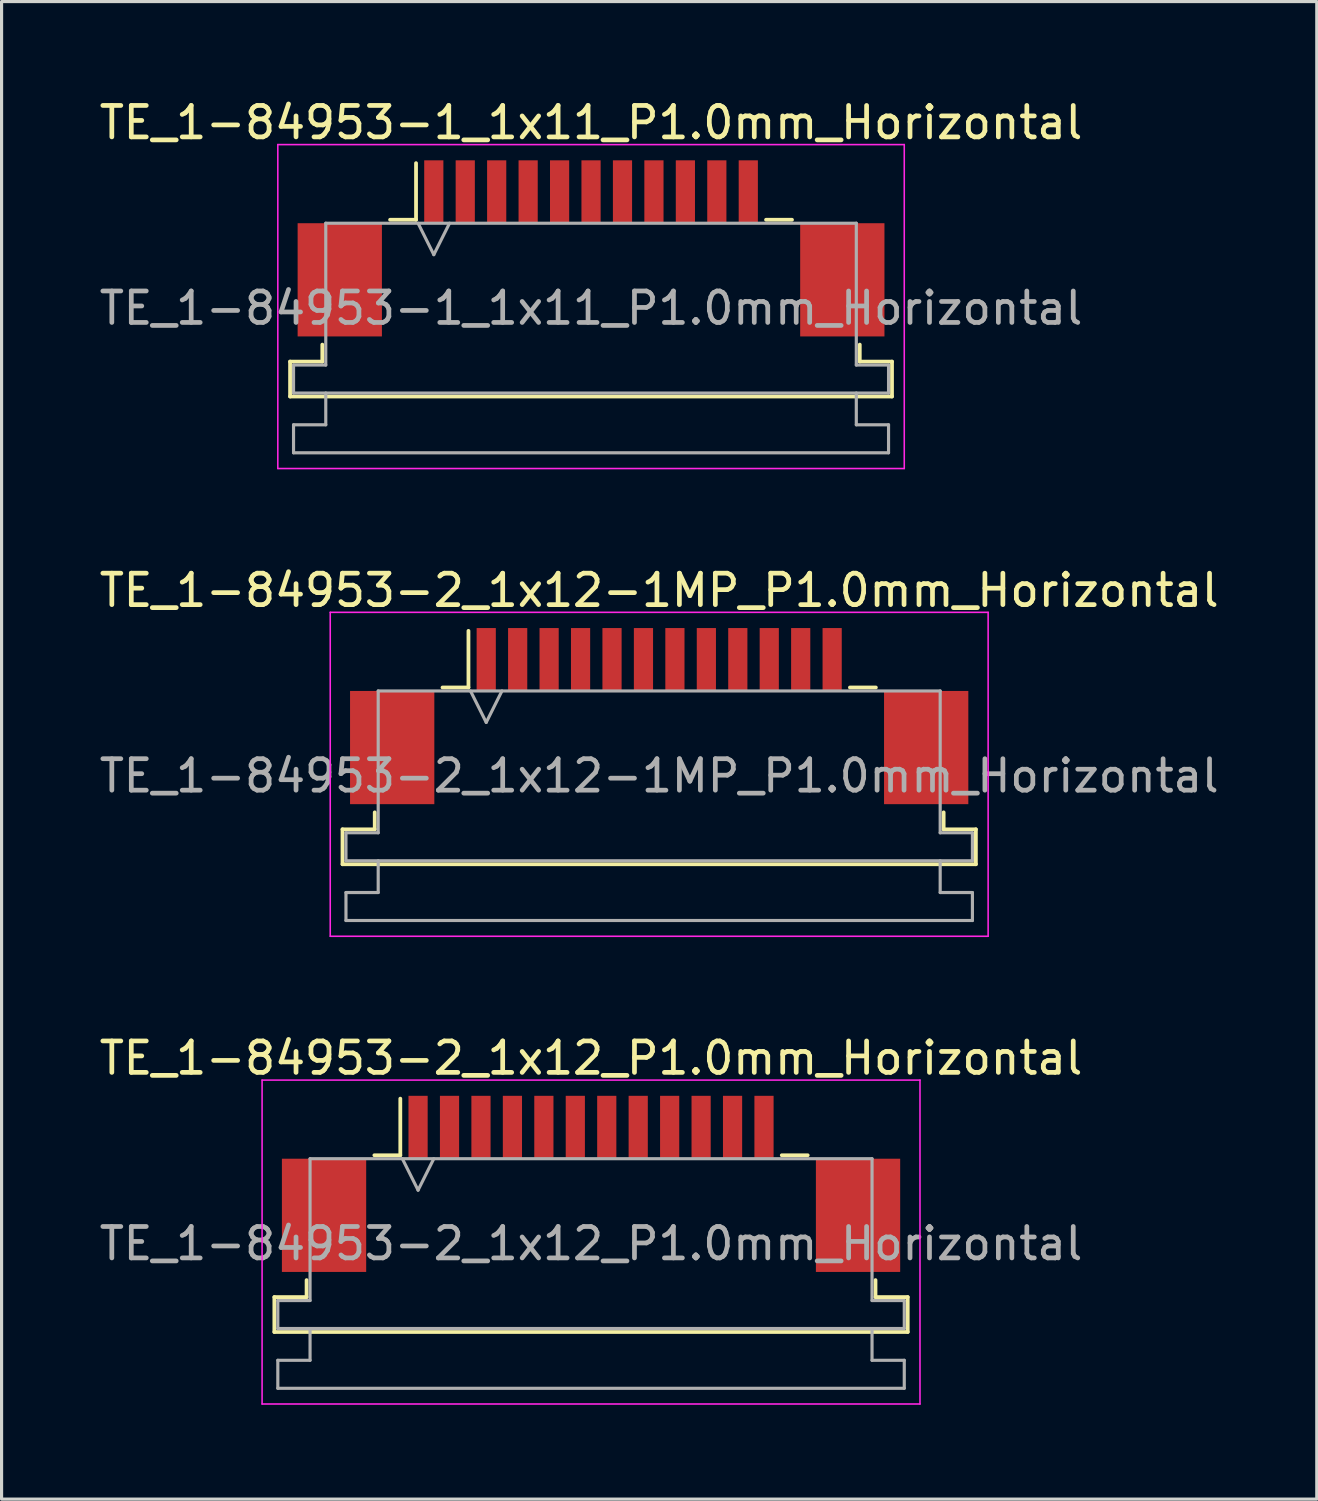
<source format=kicad_pcb>
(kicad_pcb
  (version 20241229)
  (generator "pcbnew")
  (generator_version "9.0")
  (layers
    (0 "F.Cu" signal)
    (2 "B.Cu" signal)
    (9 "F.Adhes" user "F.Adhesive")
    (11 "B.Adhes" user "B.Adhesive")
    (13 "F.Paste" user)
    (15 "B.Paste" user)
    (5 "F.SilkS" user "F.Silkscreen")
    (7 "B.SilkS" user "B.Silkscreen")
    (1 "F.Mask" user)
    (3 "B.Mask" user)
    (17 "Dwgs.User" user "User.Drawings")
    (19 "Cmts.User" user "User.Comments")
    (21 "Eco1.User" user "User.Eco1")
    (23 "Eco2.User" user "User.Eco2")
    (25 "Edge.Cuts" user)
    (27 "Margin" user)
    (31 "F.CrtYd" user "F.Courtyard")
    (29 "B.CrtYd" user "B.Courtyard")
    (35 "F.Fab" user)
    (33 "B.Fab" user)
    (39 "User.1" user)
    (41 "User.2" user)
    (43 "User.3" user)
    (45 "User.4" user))
  (footprint "TE_1-84953-2_1x12_P1.0mm_Horizontal"
    (layer "F.Cu")
    (at 15.744 34.595)
    (property "Reference" "TE_1-84953-2_1x12_P1.0mm_Horizontal" (at 0 -4 0) (layer "F.SilkS") (effects (font (size 1 1) (thickness 0.15))))
    (attr smd)
    (fp_line (start -10.07 3.6) (end -9.045 3.6) (stroke (width 0.12) (type solid)) (layer "F.SilkS"))
    (fp_line (start -10.07 4.71) (end -10.07 3.6) (stroke (width 0.12) (type solid)) (layer "F.SilkS"))
    (fp_line (start -9.045 3.6) (end -9.045 3.06) (stroke (width 0.12) (type solid)) (layer "F.SilkS"))
    (fp_line (start -6.89 -0.91) (end -6.065 -0.91) (stroke (width 0.12) (type solid)) (layer "F.SilkS"))
    (fp_line (start -6.065 -0.91) (end -6.065 -2.71) (stroke (width 0.12) (type solid)) (layer "F.SilkS"))
    (fp_line (start 6.065 -0.91) (end 6.89 -0.91) (stroke (width 0.12) (type solid)) (layer "F.SilkS"))
    (fp_line (start 9.045 3.06) (end 9.045 3.6) (stroke (width 0.12) (type solid)) (layer "F.SilkS"))
    (fp_line (start 9.045 3.6) (end 10.07 3.6) (stroke (width 0.12) (type solid)) (layer "F.SilkS"))
    (fp_line (start 10.07 3.6) (end 10.07 4.71) (stroke (width 0.12) (type solid)) (layer "F.SilkS"))
    (fp_line (start 10.07 4.71) (end -10.07 4.71) (stroke (width 0.12) (type solid)) (layer "F.SilkS"))
    (fp_line (start -10.46 -3.3) (end -10.46 7) (stroke (width 0.05) (type solid)) (layer "F.CrtYd"))
    (fp_line (start -10.46 7) (end 10.46 7) (stroke (width 0.05) (type solid)) (layer "F.CrtYd"))
    (fp_line (start 10.46 -3.3) (end -10.46 -3.3) (stroke (width 0.05) (type solid)) (layer "F.CrtYd"))
    (fp_line (start 10.46 7) (end 10.46 -3.3) (stroke (width 0.05) (type solid)) (layer "F.CrtYd"))
    (fp_line (start -9.96 3.71) (end -8.935 3.71) (stroke (width 0.1) (type solid)) (layer "F.Fab"))
    (fp_line (start -9.96 4.6) (end -9.96 3.71) (stroke (width 0.1) (type solid)) (layer "F.Fab"))
    (fp_line (start -9.96 5.61) (end -8.935 5.61) (stroke (width 0.1) (type solid)) (layer "F.Fab"))
    (fp_line (start -9.96 6.5) (end -9.96 5.61) (stroke (width 0.1) (type solid)) (layer "F.Fab"))
    (fp_line (start -8.935 -0.8) (end 8.935 -0.8) (stroke (width 0.1) (type solid)) (layer "F.Fab"))
    (fp_line (start -8.935 3.71) (end -8.935 -0.8) (stroke (width 0.1) (type solid)) (layer "F.Fab"))
    (fp_line (start -8.935 5.61) (end -8.935 4.6) (stroke (width 0.1) (type solid)) (layer "F.Fab"))
    (fp_line (start -6 -0.8) (end -5.5 0.2) (stroke (width 0.1) (type solid)) (layer "F.Fab"))
    (fp_line (start -5.5 0.2) (end -5 -0.8) (stroke (width 0.1) (type solid)) (layer "F.Fab"))
    (fp_line (start 8.935 -0.8) (end 8.935 3.71) (stroke (width 0.1) (type solid)) (layer "F.Fab"))
    (fp_line (start 8.935 3.71) (end 9.96 3.71) (stroke (width 0.1) (type solid)) (layer "F.Fab"))
    (fp_line (start 8.935 4.6) (end 8.935 5.61) (stroke (width 0.1) (type solid)) (layer "F.Fab"))
    (fp_line (start 8.935 5.61) (end 9.96 5.61) (stroke (width 0.1) (type solid)) (layer "F.Fab"))
    (fp_line (start 9.96 3.71) (end 9.96 4.6) (stroke (width 0.1) (type solid)) (layer "F.Fab"))
    (fp_line (start 9.96 4.6) (end -9.96 4.6) (stroke (width 0.1) (type solid)) (layer "F.Fab"))
    (fp_line (start 9.96 5.61) (end 9.96 6.5) (stroke (width 0.1) (type solid)) (layer "F.Fab"))
    (fp_line (start 9.96 6.5) (end -9.96 6.5) (stroke (width 0.1) (type solid)) (layer "F.Fab"))
    (fp_text user "${REFERENCE}" (at 0 1.9 0) (layer "F.Fab") (effects (font (size 1 1) (thickness 0.15))))
    (pad "" smd rect (at -8.49 1) (size 2.68 3.6) (layers "F.Cu" "F.Mask" "F.Paste"))
    (pad "" smd rect (at 8.49 1) (size 2.68 3.6) (layers "F.Cu" "F.Mask" "F.Paste"))
    (pad "1" smd rect (at -5.5 -1.8) (size 0.61 2) (layers "F.Cu" "F.Mask" "F.Paste"))
    (pad "2" smd rect (at -4.5 -1.8) (size 0.61 2) (layers "F.Cu" "F.Mask" "F.Paste"))
    (pad "3" smd rect (at -3.5 -1.8) (size 0.61 2) (layers "F.Cu" "F.Mask" "F.Paste"))
    (pad "4" smd rect (at -2.5 -1.8) (size 0.61 2) (layers "F.Cu" "F.Mask" "F.Paste"))
    (pad "5" smd rect (at -1.5 -1.8) (size 0.61 2) (layers "F.Cu" "F.Mask" "F.Paste"))
    (pad "6" smd rect (at -0.5 -1.8) (size 0.61 2) (layers "F.Cu" "F.Mask" "F.Paste"))
    (pad "7" smd rect (at 0.5 -1.8) (size 0.61 2) (layers "F.Cu" "F.Mask" "F.Paste"))
    (pad "8" smd rect (at 1.5 -1.8) (size 0.61 2) (layers "F.Cu" "F.Mask" "F.Paste"))
    (pad "9" smd rect (at 2.5 -1.8) (size 0.61 2) (layers "F.Cu" "F.Mask" "F.Paste"))
    (pad "10" smd rect (at 3.5 -1.8) (size 0.61 2) (layers "F.Cu" "F.Mask" "F.Paste"))
    (pad "11" smd rect (at 4.5 -1.8) (size 0.61 2) (layers "F.Cu" "F.Mask" "F.Paste"))
    (pad "12" smd rect (at 5.5 -1.8) (size 0.61 2) (layers "F.Cu" "F.Mask" "F.Paste")))
  (footprint "TE_1-84953-2_1x12-1MP_P1.0mm_Horizontal"
    (layer "F.Cu")
    (at 17.911 19.721)
    (property "Reference" "TE_1-84953-2_1x12-1MP_P1.0mm_Horizontal" (at 0 -4 0) (layer "F.SilkS") (effects (font (size 1 1) (thickness 0.15))))
    (attr smd)
    (fp_line (start -10.07 3.6) (end -9.045 3.6) (stroke (width 0.12) (type solid)) (layer "F.SilkS"))
    (fp_line (start -10.07 4.71) (end -10.07 3.6) (stroke (width 0.12) (type solid)) (layer "F.SilkS"))
    (fp_line (start -9.045 3.6) (end -9.045 3.06) (stroke (width 0.12) (type solid)) (layer "F.SilkS"))
    (fp_line (start -6.89 -0.91) (end -6.065 -0.91) (stroke (width 0.12) (type solid)) (layer "F.SilkS"))
    (fp_line (start -6.065 -0.91) (end -6.065 -2.71) (stroke (width 0.12) (type solid)) (layer "F.SilkS"))
    (fp_line (start 6.065 -0.91) (end 6.89 -0.91) (stroke (width 0.12) (type solid)) (layer "F.SilkS"))
    (fp_line (start 9.045 3.06) (end 9.045 3.6) (stroke (width 0.12) (type solid)) (layer "F.SilkS"))
    (fp_line (start 9.045 3.6) (end 10.07 3.6) (stroke (width 0.12) (type solid)) (layer "F.SilkS"))
    (fp_line (start 10.07 3.6) (end 10.07 4.71) (stroke (width 0.12) (type solid)) (layer "F.SilkS"))
    (fp_line (start 10.07 4.71) (end -10.07 4.71) (stroke (width 0.12) (type solid)) (layer "F.SilkS"))
    (fp_line (start -10.46 -3.3) (end -10.46 7) (stroke (width 0.05) (type solid)) (layer "F.CrtYd"))
    (fp_line (start -10.46 7) (end 10.46 7) (stroke (width 0.05) (type solid)) (layer "F.CrtYd"))
    (fp_line (start 10.46 -3.3) (end -10.46 -3.3) (stroke (width 0.05) (type solid)) (layer "F.CrtYd"))
    (fp_line (start 10.46 7) (end 10.46 -3.3) (stroke (width 0.05) (type solid)) (layer "F.CrtYd"))
    (fp_line (start -9.96 3.71) (end -8.935 3.71) (stroke (width 0.1) (type solid)) (layer "F.Fab"))
    (fp_line (start -9.96 4.6) (end -9.96 3.71) (stroke (width 0.1) (type solid)) (layer "F.Fab"))
    (fp_line (start -9.96 5.61) (end -8.935 5.61) (stroke (width 0.1) (type solid)) (layer "F.Fab"))
    (fp_line (start -9.96 6.5) (end -9.96 5.61) (stroke (width 0.1) (type solid)) (layer "F.Fab"))
    (fp_line (start -8.935 -0.8) (end 8.935 -0.8) (stroke (width 0.1) (type solid)) (layer "F.Fab"))
    (fp_line (start -8.935 3.71) (end -8.935 -0.8) (stroke (width 0.1) (type solid)) (layer "F.Fab"))
    (fp_line (start -8.935 5.61) (end -8.935 4.6) (stroke (width 0.1) (type solid)) (layer "F.Fab"))
    (fp_line (start -6 -0.8) (end -5.5 0.2) (stroke (width 0.1) (type solid)) (layer "F.Fab"))
    (fp_line (start -5.5 0.2) (end -5 -0.8) (stroke (width 0.1) (type solid)) (layer "F.Fab"))
    (fp_line (start 8.935 -0.8) (end 8.935 3.71) (stroke (width 0.1) (type solid)) (layer "F.Fab"))
    (fp_line (start 8.935 3.71) (end 9.96 3.71) (stroke (width 0.1) (type solid)) (layer "F.Fab"))
    (fp_line (start 8.935 4.6) (end 8.935 5.61) (stroke (width 0.1) (type solid)) (layer "F.Fab"))
    (fp_line (start 8.935 5.61) (end 9.96 5.61) (stroke (width 0.1) (type solid)) (layer "F.Fab"))
    (fp_line (start 9.96 3.71) (end 9.96 4.6) (stroke (width 0.1) (type solid)) (layer "F.Fab"))
    (fp_line (start 9.96 4.6) (end -9.96 4.6) (stroke (width 0.1) (type solid)) (layer "F.Fab"))
    (fp_line (start 9.96 5.61) (end 9.96 6.5) (stroke (width 0.1) (type solid)) (layer "F.Fab"))
    (fp_line (start 9.96 6.5) (end -9.96 6.5) (stroke (width 0.1) (type solid)) (layer "F.Fab"))
    (fp_text user "${REFERENCE}" (at 0 1.9 0) (layer "F.Fab") (effects (font (size 1 1) (thickness 0.15))))
    (pad "1" smd rect (at -5.5 -1.8) (size 0.61 2) (layers "F.Cu" "F.Mask" "F.Paste"))
    (pad "2" smd rect (at -4.5 -1.8) (size 0.61 2) (layers "F.Cu" "F.Mask" "F.Paste"))
    (pad "3" smd rect (at -3.5 -1.8) (size 0.61 2) (layers "F.Cu" "F.Mask" "F.Paste"))
    (pad "4" smd rect (at -2.5 -1.8) (size 0.61 2) (layers "F.Cu" "F.Mask" "F.Paste"))
    (pad "5" smd rect (at -1.5 -1.8) (size 0.61 2) (layers "F.Cu" "F.Mask" "F.Paste"))
    (pad "6" smd rect (at -0.5 -1.8) (size 0.61 2) (layers "F.Cu" "F.Mask" "F.Paste"))
    (pad "7" smd rect (at 0.5 -1.8) (size 0.61 2) (layers "F.Cu" "F.Mask" "F.Paste"))
    (pad "8" smd rect (at 1.5 -1.8) (size 0.61 2) (layers "F.Cu" "F.Mask" "F.Paste"))
    (pad "9" smd rect (at 2.5 -1.8) (size 0.61 2) (layers "F.Cu" "F.Mask" "F.Paste"))
    (pad "10" smd rect (at 3.5 -1.8) (size 0.61 2) (layers "F.Cu" "F.Mask" "F.Paste"))
    (pad "11" smd rect (at 4.5 -1.8) (size 0.61 2) (layers "F.Cu" "F.Mask" "F.Paste"))
    (pad "12" smd rect (at 5.5 -1.8) (size 0.61 2) (layers "F.Cu" "F.Mask" "F.Paste"))
    (pad "MP" smd rect (at -8.49 1) (size 2.68 3.6) (layers "F.Cu" "F.Mask" "F.Paste"))
    (pad "MP" smd rect (at 8.49 1) (size 2.68 3.6) (layers "F.Cu" "F.Mask" "F.Paste")))
  (footprint "TE_1-84953-1_1x11_P1.0mm_Horizontal"
    (layer "F.Cu")
    (at 15.744 4.848)
    (property "Reference" "TE_1-84953-1_1x11_P1.0mm_Horizontal" (at 0 -4 0) (layer "F.SilkS") (effects (font (size 1 1) (thickness 0.15))))
    (attr smd)
    (fp_line (start -9.57 3.6) (end -8.545 3.6) (stroke (width 0.12) (type solid)) (layer "F.SilkS"))
    (fp_line (start -9.57 4.71) (end -9.57 3.6) (stroke (width 0.12) (type solid)) (layer "F.SilkS"))
    (fp_line (start -8.545 3.6) (end -8.545 3.06) (stroke (width 0.12) (type solid)) (layer "F.SilkS"))
    (fp_line (start -6.39 -0.91) (end -5.565 -0.91) (stroke (width 0.12) (type solid)) (layer "F.SilkS"))
    (fp_line (start -5.565 -0.91) (end -5.565 -2.71) (stroke (width 0.12) (type solid)) (layer "F.SilkS"))
    (fp_line (start 5.565 -0.91) (end 6.39 -0.91) (stroke (width 0.12) (type solid)) (layer "F.SilkS"))
    (fp_line (start 8.545 3.06) (end 8.545 3.6) (stroke (width 0.12) (type solid)) (layer "F.SilkS"))
    (fp_line (start 8.545 3.6) (end 9.57 3.6) (stroke (width 0.12) (type solid)) (layer "F.SilkS"))
    (fp_line (start 9.57 3.6) (end 9.57 4.71) (stroke (width 0.12) (type solid)) (layer "F.SilkS"))
    (fp_line (start 9.57 4.71) (end -9.57 4.71) (stroke (width 0.12) (type solid)) (layer "F.SilkS"))
    (fp_line (start -9.96 -3.3) (end -9.96 7) (stroke (width 0.05) (type solid)) (layer "F.CrtYd"))
    (fp_line (start -9.96 7) (end 9.96 7) (stroke (width 0.05) (type solid)) (layer "F.CrtYd"))
    (fp_line (start 9.96 -3.3) (end -9.96 -3.3) (stroke (width 0.05) (type solid)) (layer "F.CrtYd"))
    (fp_line (start 9.96 7) (end 9.96 -3.3) (stroke (width 0.05) (type solid)) (layer "F.CrtYd"))
    (fp_line (start -9.46 3.71) (end -8.435 3.71) (stroke (width 0.1) (type solid)) (layer "F.Fab"))
    (fp_line (start -9.46 4.6) (end -9.46 3.71) (stroke (width 0.1) (type solid)) (layer "F.Fab"))
    (fp_line (start -9.46 5.61) (end -8.435 5.61) (stroke (width 0.1) (type solid)) (layer "F.Fab"))
    (fp_line (start -9.46 6.5) (end -9.46 5.61) (stroke (width 0.1) (type solid)) (layer "F.Fab"))
    (fp_line (start -8.435 -0.8) (end 8.435 -0.8) (stroke (width 0.1) (type solid)) (layer "F.Fab"))
    (fp_line (start -8.435 3.71) (end -8.435 -0.8) (stroke (width 0.1) (type solid)) (layer "F.Fab"))
    (fp_line (start -8.435 5.61) (end -8.435 4.6) (stroke (width 0.1) (type solid)) (layer "F.Fab"))
    (fp_line (start -5.5 -0.8) (end -5 0.2) (stroke (width 0.1) (type solid)) (layer "F.Fab"))
    (fp_line (start -5 0.2) (end -4.5 -0.8) (stroke (width 0.1) (type solid)) (layer "F.Fab"))
    (fp_line (start 8.435 -0.8) (end 8.435 3.71) (stroke (width 0.1) (type solid)) (layer "F.Fab"))
    (fp_line (start 8.435 3.71) (end 9.46 3.71) (stroke (width 0.1) (type solid)) (layer "F.Fab"))
    (fp_line (start 8.435 4.6) (end 8.435 5.61) (stroke (width 0.1) (type solid)) (layer "F.Fab"))
    (fp_line (start 8.435 5.61) (end 9.46 5.61) (stroke (width 0.1) (type solid)) (layer "F.Fab"))
    (fp_line (start 9.46 3.71) (end 9.46 4.6) (stroke (width 0.1) (type solid)) (layer "F.Fab"))
    (fp_line (start 9.46 4.6) (end -9.46 4.6) (stroke (width 0.1) (type solid)) (layer "F.Fab"))
    (fp_line (start 9.46 5.61) (end 9.46 6.5) (stroke (width 0.1) (type solid)) (layer "F.Fab"))
    (fp_line (start 9.46 6.5) (end -9.46 6.5) (stroke (width 0.1) (type solid)) (layer "F.Fab"))
    (fp_text user "${REFERENCE}" (at 0 1.9 0) (layer "F.Fab") (effects (font (size 1 1) (thickness 0.15))))
    (pad "" smd rect (at -7.99 1) (size 2.68 3.6) (layers "F.Cu" "F.Mask" "F.Paste"))
    (pad "" smd rect (at 7.99 1) (size 2.68 3.6) (layers "F.Cu" "F.Mask" "F.Paste"))
    (pad "1" smd rect (at -5 -1.8) (size 0.61 2) (layers "F.Cu" "F.Mask" "F.Paste"))
    (pad "2" smd rect (at -4 -1.8) (size 0.61 2) (layers "F.Cu" "F.Mask" "F.Paste"))
    (pad "3" smd rect (at -3 -1.8) (size 0.61 2) (layers "F.Cu" "F.Mask" "F.Paste"))
    (pad "4" smd rect (at -2 -1.8) (size 0.61 2) (layers "F.Cu" "F.Mask" "F.Paste"))
    (pad "5" smd rect (at -1 -1.8) (size 0.61 2) (layers "F.Cu" "F.Mask" "F.Paste"))
    (pad "6" smd rect (at 0 -1.8) (size 0.61 2) (layers "F.Cu" "F.Mask" "F.Paste"))
    (pad "7" smd rect (at 1 -1.8) (size 0.61 2) (layers "F.Cu" "F.Mask" "F.Paste"))
    (pad "8" smd rect (at 2 -1.8) (size 0.61 2) (layers "F.Cu" "F.Mask" "F.Paste"))
    (pad "9" smd rect (at 3 -1.8) (size 0.61 2) (layers "F.Cu" "F.Mask" "F.Paste"))
    (pad "10" smd rect (at 4 -1.8) (size 0.61 2) (layers "F.Cu" "F.Mask" "F.Paste"))
    (pad "11" smd rect (at 5 -1.8) (size 0.61 2) (layers "F.Cu" "F.Mask" "F.Paste")))
  (gr_rect
    (start -3 -3)
    (end 38.821 44.62)
    (stroke (width 0.1) (type default))
    (fill no)
    (layer "Edge.Cuts")))
</source>
